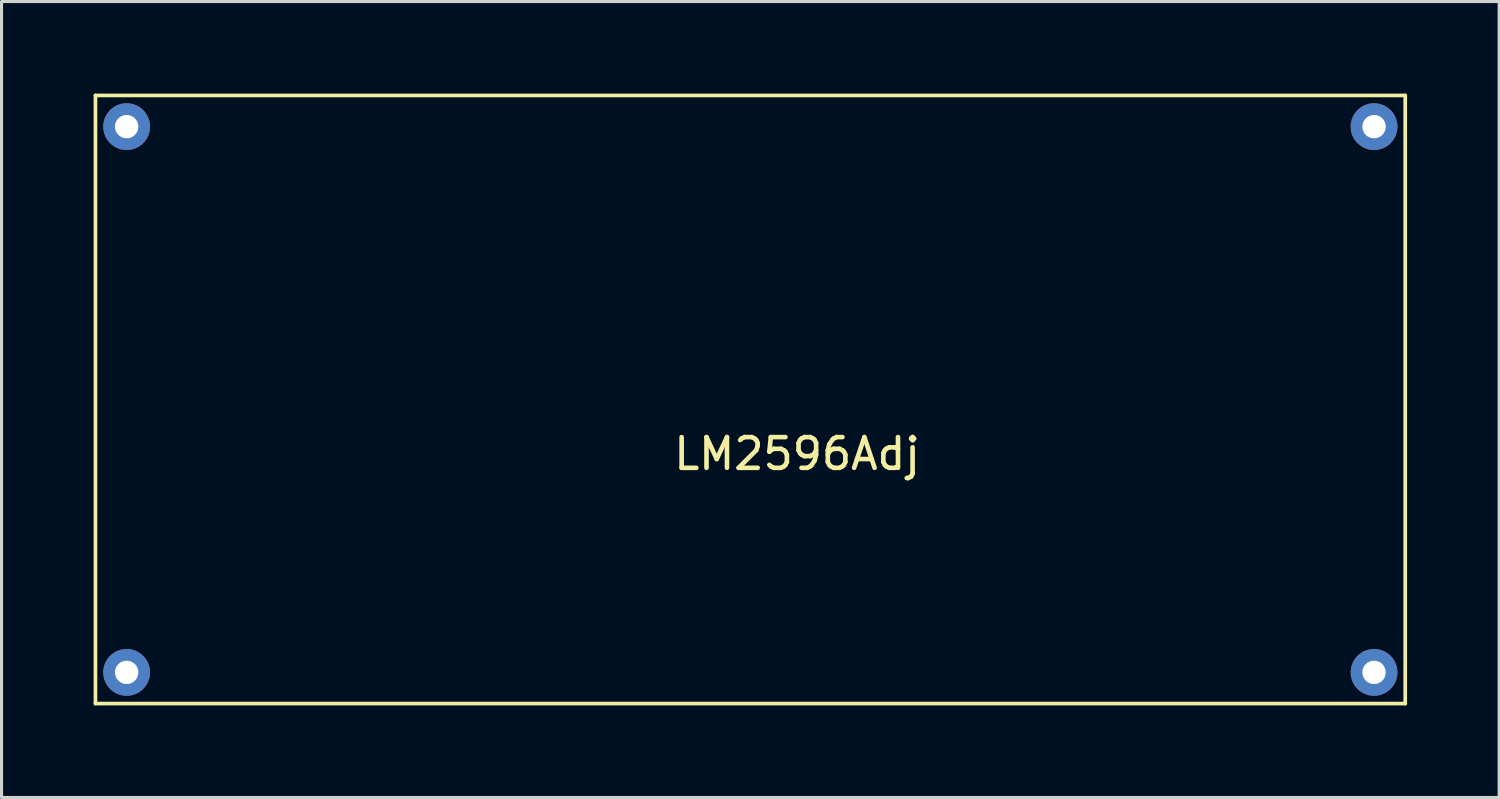
<source format=kicad_pcb>
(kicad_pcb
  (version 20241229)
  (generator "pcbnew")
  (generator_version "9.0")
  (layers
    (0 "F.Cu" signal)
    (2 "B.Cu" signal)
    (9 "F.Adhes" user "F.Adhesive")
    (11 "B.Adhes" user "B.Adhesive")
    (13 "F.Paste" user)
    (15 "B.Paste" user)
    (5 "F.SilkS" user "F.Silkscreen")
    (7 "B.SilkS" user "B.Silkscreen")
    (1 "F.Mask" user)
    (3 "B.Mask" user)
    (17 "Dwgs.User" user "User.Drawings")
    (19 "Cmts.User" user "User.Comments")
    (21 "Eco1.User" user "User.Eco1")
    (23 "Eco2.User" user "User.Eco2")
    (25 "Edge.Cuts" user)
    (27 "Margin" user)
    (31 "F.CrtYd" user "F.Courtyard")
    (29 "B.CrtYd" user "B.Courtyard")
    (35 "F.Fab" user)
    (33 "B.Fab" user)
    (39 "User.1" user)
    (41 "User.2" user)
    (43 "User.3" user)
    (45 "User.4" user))
  (footprint "LM2596Adj"
    (layer "F.Cu")
    (at 23.936 11.236)
    (property "Reference" "LM2596Adj" (at -1.016 0.5 0) (layer "F.SilkS") (effects (font (size 1 1) (thickness 0.15))))
    (attr through_hole)
    (fp_line (start -23.876 -11.176) (end -23.876 8.636) (stroke (width 0.12) (type solid)) (layer "F.SilkS"))
    (fp_line (start -23.876 8.636) (end 18.796 8.636) (stroke (width 0.12) (type solid)) (layer "F.SilkS"))
    (fp_line (start 18.796 -11.176) (end -23.876 -11.176) (stroke (width 0.12) (type solid)) (layer "F.SilkS"))
    (fp_line (start 18.796 8.636) (end 18.796 -11.176) (stroke (width 0.12) (type solid)) (layer "F.SilkS"))
    (pad "1" thru_hole circle (at -22.86 -10.16) (size 1.524 1.524) (drill 0.762) (layers "*.Cu" "*.Mask"))
    (pad "2" thru_hole circle (at -22.86 7.62) (size 1.524 1.524) (drill 0.762) (layers "*.Cu" "*.Mask"))
    (pad "3" thru_hole circle (at 17.78 -10.16) (size 1.524 1.524) (drill 0.762) (layers "*.Cu" "*.Mask"))
    (pad "4" thru_hole circle (at 17.78 7.62) (size 1.524 1.524) (drill 0.762) (layers "*.Cu" "*.Mask")))
  (gr_rect
    (start -3 -3)
    (end 45.792 22.932)
    (stroke (width 0.1) (type default))
    (fill no)
    (layer "Edge.Cuts")))
</source>
